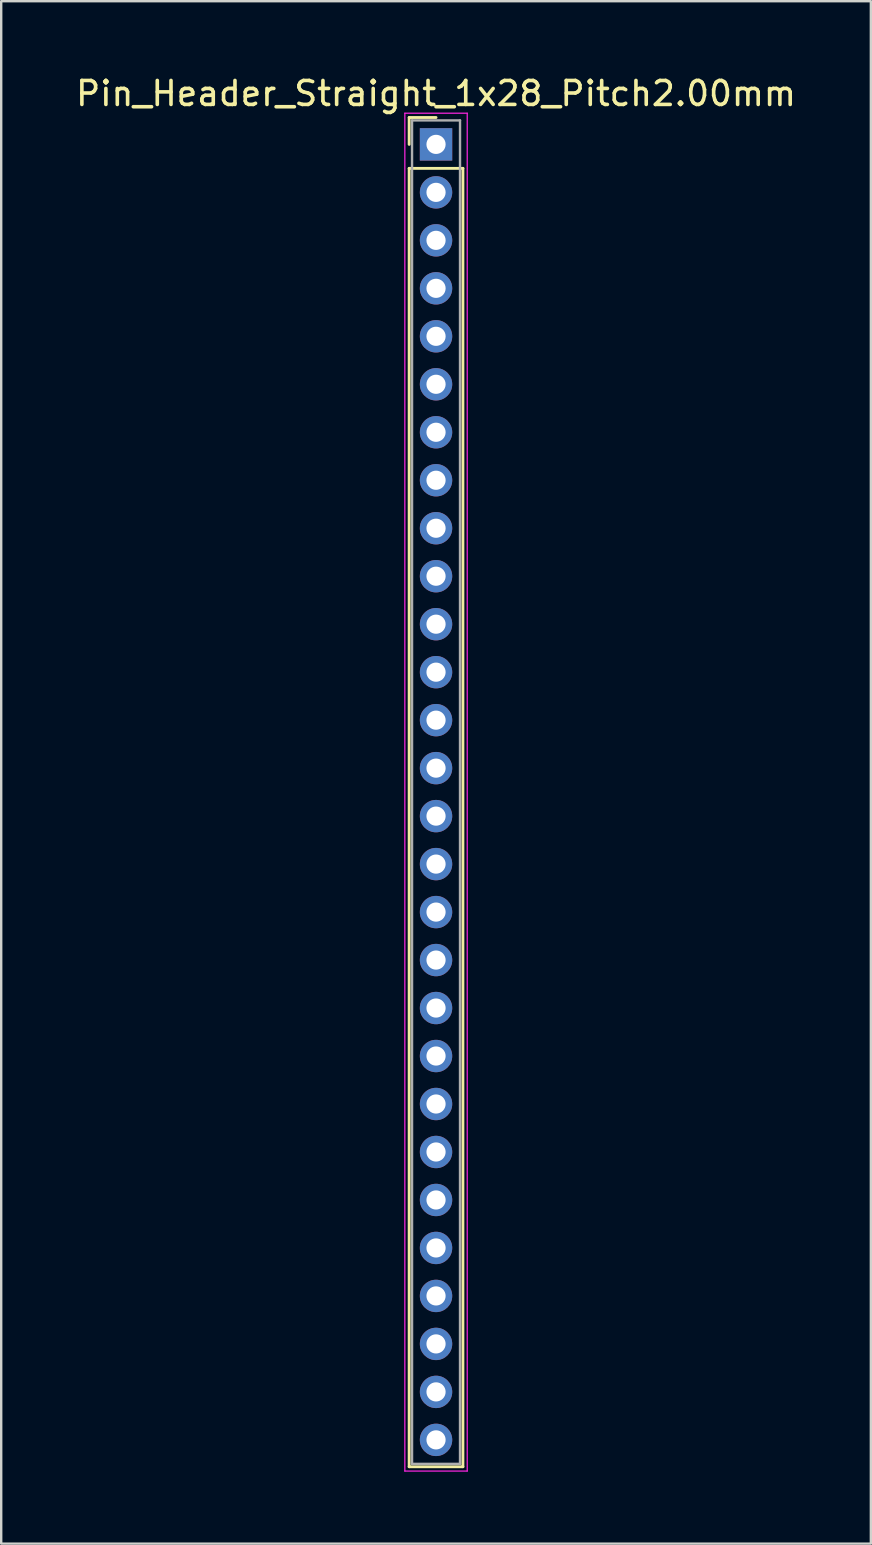
<source format=kicad_pcb>
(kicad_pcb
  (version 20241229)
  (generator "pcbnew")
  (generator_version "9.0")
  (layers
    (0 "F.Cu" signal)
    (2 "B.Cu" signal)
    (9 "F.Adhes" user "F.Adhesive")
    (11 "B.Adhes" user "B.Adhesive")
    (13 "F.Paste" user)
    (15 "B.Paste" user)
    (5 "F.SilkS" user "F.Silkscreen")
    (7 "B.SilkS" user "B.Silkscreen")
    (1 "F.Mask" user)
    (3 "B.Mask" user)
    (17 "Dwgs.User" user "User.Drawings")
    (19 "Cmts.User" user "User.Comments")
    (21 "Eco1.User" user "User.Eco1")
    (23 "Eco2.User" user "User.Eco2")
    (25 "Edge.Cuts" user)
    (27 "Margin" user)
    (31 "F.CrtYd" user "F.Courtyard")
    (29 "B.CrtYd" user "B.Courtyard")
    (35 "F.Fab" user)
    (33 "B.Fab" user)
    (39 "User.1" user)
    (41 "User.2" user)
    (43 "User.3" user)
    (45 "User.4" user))
  (footprint "Pin_Header_Straight_1x28_Pitch2.00mm"
    (layer "F.Cu")
    (at 15.125 2.968)
    (property "Reference" "Pin_Header_Straight_1x28_Pitch2.00mm" (at 0 -2.12 0) (layer "F.SilkS") (effects (font (size 1 1) (thickness 0.15))))
    (attr through_hole)
    (fp_line (start -1.12 -1.12) (end 0 -1.12) (stroke (width 0.12) (type solid)) (layer "F.SilkS"))
    (fp_line (start -1.12 0) (end -1.12 -1.12) (stroke (width 0.12) (type solid)) (layer "F.SilkS"))
    (fp_line (start -1.12 1) (end -1.12 55.12) (stroke (width 0.12) (type solid)) (layer "F.SilkS"))
    (fp_line (start -1.12 55.12) (end 1.12 55.12) (stroke (width 0.12) (type solid)) (layer "F.SilkS"))
    (fp_line (start 1.12 1) (end -1.12 1) (stroke (width 0.12) (type solid)) (layer "F.SilkS"))
    (fp_line (start 1.12 55.12) (end 1.12 1) (stroke (width 0.12) (type solid)) (layer "F.SilkS"))
    (fp_line (start -1.3 -1.3) (end -1.3 55.3) (stroke (width 0.05) (type solid)) (layer "F.CrtYd"))
    (fp_line (start -1.3 55.3) (end 1.3 55.3) (stroke (width 0.05) (type solid)) (layer "F.CrtYd"))
    (fp_line (start 1.3 -1.3) (end -1.3 -1.3) (stroke (width 0.05) (type solid)) (layer "F.CrtYd"))
    (fp_line (start 1.3 55.3) (end 1.3 -1.3) (stroke (width 0.05) (type solid)) (layer "F.CrtYd"))
    (fp_line (start -1 -1) (end -1 55) (stroke (width 0.1) (type solid)) (layer "F.Fab"))
    (fp_line (start -1 55) (end 1 55) (stroke (width 0.1) (type solid)) (layer "F.Fab"))
    (fp_line (start 1 -1) (end -1 -1) (stroke (width 0.1) (type solid)) (layer "F.Fab"))
    (fp_line (start 1 55) (end 1 -1) (stroke (width 0.1) (type solid)) (layer "F.Fab"))
    (pad "1" thru_hole rect (at 0 0) (size 1.35 1.35) (drill 0.8) (layers "*.Cu" "*.Mask"))
    (pad "2" thru_hole oval (at 0 2) (size 1.35 1.35) (drill 0.8) (layers "*.Cu" "*.Mask"))
    (pad "3" thru_hole oval (at 0 4) (size 1.35 1.35) (drill 0.8) (layers "*.Cu" "*.Mask"))
    (pad "4" thru_hole oval (at 0 6) (size 1.35 1.35) (drill 0.8) (layers "*.Cu" "*.Mask"))
    (pad "5" thru_hole oval (at 0 8) (size 1.35 1.35) (drill 0.8) (layers "*.Cu" "*.Mask"))
    (pad "6" thru_hole oval (at 0 10) (size 1.35 1.35) (drill 0.8) (layers "*.Cu" "*.Mask"))
    (pad "7" thru_hole oval (at 0 12) (size 1.35 1.35) (drill 0.8) (layers "*.Cu" "*.Mask"))
    (pad "8" thru_hole oval (at 0 14) (size 1.35 1.35) (drill 0.8) (layers "*.Cu" "*.Mask"))
    (pad "9" thru_hole oval (at 0 16) (size 1.35 1.35) (drill 0.8) (layers "*.Cu" "*.Mask"))
    (pad "10" thru_hole oval (at 0 18) (size 1.35 1.35) (drill 0.8) (layers "*.Cu" "*.Mask"))
    (pad "11" thru_hole oval (at 0 20) (size 1.35 1.35) (drill 0.8) (layers "*.Cu" "*.Mask"))
    (pad "12" thru_hole oval (at 0 22) (size 1.35 1.35) (drill 0.8) (layers "*.Cu" "*.Mask"))
    (pad "13" thru_hole oval (at 0 24) (size 1.35 1.35) (drill 0.8) (layers "*.Cu" "*.Mask"))
    (pad "14" thru_hole oval (at 0 26) (size 1.35 1.35) (drill 0.8) (layers "*.Cu" "*.Mask"))
    (pad "15" thru_hole oval (at 0 28) (size 1.35 1.35) (drill 0.8) (layers "*.Cu" "*.Mask"))
    (pad "16" thru_hole oval (at 0 30) (size 1.35 1.35) (drill 0.8) (layers "*.Cu" "*.Mask"))
    (pad "17" thru_hole oval (at 0 32) (size 1.35 1.35) (drill 0.8) (layers "*.Cu" "*.Mask"))
    (pad "18" thru_hole oval (at 0 34) (size 1.35 1.35) (drill 0.8) (layers "*.Cu" "*.Mask"))
    (pad "19" thru_hole oval (at 0 36) (size 1.35 1.35) (drill 0.8) (layers "*.Cu" "*.Mask"))
    (pad "20" thru_hole oval (at 0 38) (size 1.35 1.35) (drill 0.8) (layers "*.Cu" "*.Mask"))
    (pad "21" thru_hole oval (at 0 40) (size 1.35 1.35) (drill 0.8) (layers "*.Cu" "*.Mask"))
    (pad "22" thru_hole oval (at 0 42) (size 1.35 1.35) (drill 0.8) (layers "*.Cu" "*.Mask"))
    (pad "23" thru_hole oval (at 0 44) (size 1.35 1.35) (drill 0.8) (layers "*.Cu" "*.Mask"))
    (pad "24" thru_hole oval (at 0 46) (size 1.35 1.35) (drill 0.8) (layers "*.Cu" "*.Mask"))
    (pad "25" thru_hole oval (at 0 48) (size 1.35 1.35) (drill 0.8) (layers "*.Cu" "*.Mask"))
    (pad "26" thru_hole oval (at 0 50) (size 1.35 1.35) (drill 0.8) (layers "*.Cu" "*.Mask"))
    (pad "27" thru_hole oval (at 0 52) (size 1.35 1.35) (drill 0.8) (layers "*.Cu" "*.Mask"))
    (pad "28" thru_hole oval (at 0 54) (size 1.35 1.35) (drill 0.8) (layers "*.Cu" "*.Mask")))
  (gr_rect
    (start -3 -3)
    (end 33.25 61.293)
    (stroke (width 0.1) (type default))
    (fill no)
    (layer "Edge.Cuts")))
</source>
